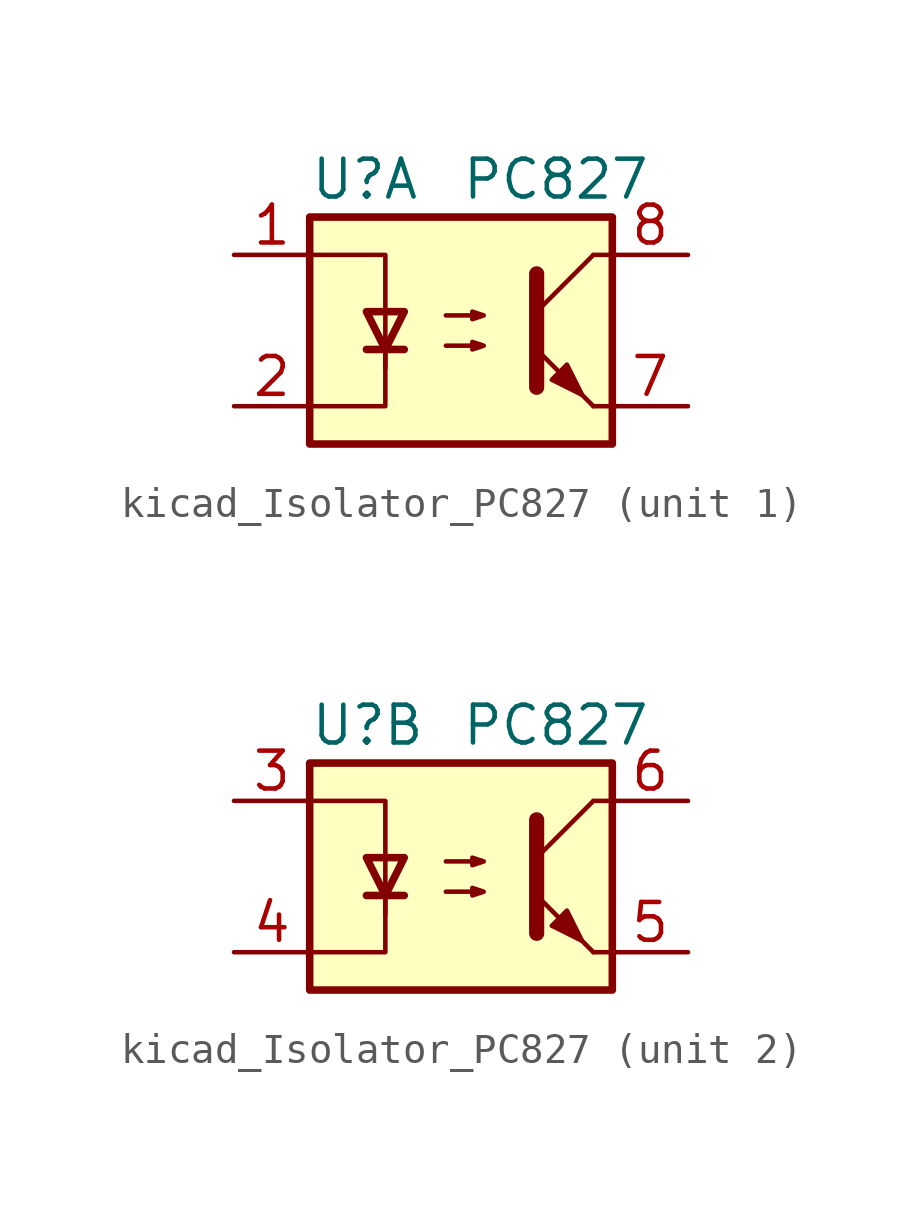
<source format=kicad_sym>
(kicad_symbol_lib
  (version 20220914)
  (generator kicad_symbol_editor)
  (symbol "kicad_Isolator_PC827"
    (pin_names
      (offset 1.016))
    (property "Reference" "U"
      (at -5.08 5.08 0)
      (effects (font (size 1.27 1.27)) (justify left)))
    (property "Value" "PC827"
      (at 0 5.08 0)
      (effects (font (size 1.27 1.27)) (justify left)))
    (symbol "kicad_Isolator_PC827_0_1"
      (rectangle (start -5.08 3.81) (end 5.08 -3.81) (stroke (width 0.254) (type default)) (fill (type background)))
      (polyline (pts (xy -3.175 -0.635) (xy -1.905 -0.635)) (stroke (width 0.254) (type default)) (fill (type none)))
      (polyline (pts (xy 2.54 0.635) (xy 4.445 2.54)) (stroke (width 0) (type default)) (fill (type none)))
      (polyline (pts (xy 4.445 -2.54) (xy 2.54 -0.635)) (stroke (width 0) (type default)) (fill (type outline)))
      (polyline (pts (xy 4.445 -2.54) (xy 5.08 -2.54)) (stroke (width 0) (type default)) (fill (type none)))
      (polyline (pts (xy 4.445 2.54) (xy 5.08 2.54)) (stroke (width 0) (type default)) (fill (type none)))
      (polyline (pts (xy -2.54 -0.635) (xy -2.54 -2.54) (xy -5.08 -2.54)) (stroke (width 0) (type default)) (fill (type none)))
      (polyline (pts (xy 2.54 1.905) (xy 2.54 -1.905) (xy 2.54 -1.905)) (stroke (width 0.508) (type default)) (fill (type none)))
      (polyline (pts (xy -5.08 2.54) (xy -2.54 2.54) (xy -2.54 -1.27) (xy -2.54 0.635)) (stroke (width 0) (type default)) (fill (type none)))
      (polyline (pts (xy -2.54 -0.635) (xy -3.175 0.635) (xy -1.905 0.635) (xy -2.54 -0.635)) (stroke (width 0.254) (type default)) (fill (type none)))
      (polyline (pts (xy -0.508 -0.508) (xy 0.762 -0.508) (xy 0.381 -0.635) (xy 0.381 -0.381) (xy 0.762 -0.508)) (stroke (width 0) (type default)) (fill (type none)))
      (polyline (pts (xy -0.508 0.508) (xy 0.762 0.508) (xy 0.381 0.381) (xy 0.381 0.635) (xy 0.762 0.508)) (stroke (width 0) (type default)) (fill (type none)))
      (polyline (pts (xy 3.048 -1.651) (xy 3.556 -1.143) (xy 4.064 -2.159) (xy 3.048 -1.651) (xy 3.048 -1.651)) (stroke (width 0) (type default)) (fill (type outline))))
    (symbol "kicad_Isolator_PC827_1_1"
      (pin passive line (at -7.62 2.54 0) (length 2.54) (name "~" (effects (font (size 1.27 1.27)))) (number "1" (effects (font (size 1.27 1.27)))))
      (pin passive line (at -7.62 -2.54 0) (length 2.54) (name "~" (effects (font (size 1.27 1.27)))) (number "2" (effects (font (size 1.27 1.27)))))
      (pin passive line (at 7.62 -2.54 180) (length 2.54) (name "~" (effects (font (size 1.27 1.27)))) (number "7" (effects (font (size 1.27 1.27)))))
      (pin passive line (at 7.62 2.54 180) (length 2.54) (name "~" (effects (font (size 1.27 1.27)))) (number "8" (effects (font (size 1.27 1.27))))))
    (symbol "kicad_Isolator_PC827_2_1"
      (pin passive line (at -7.62 2.54 0) (length 2.54) (name "~" (effects (font (size 1.27 1.27)))) (number "3" (effects (font (size 1.27 1.27)))))
      (pin passive line (at -7.62 -2.54 0) (length 2.54) (name "~" (effects (font (size 1.27 1.27)))) (number "4" (effects (font (size 1.27 1.27)))))
      (pin passive line (at 7.62 -2.54 180) (length 2.54) (name "~" (effects (font (size 1.27 1.27)))) (number "5" (effects (font (size 1.27 1.27)))))
      (pin passive line (at 7.62 2.54 180) (length 2.54) (name "~" (effects (font (size 1.27 1.27)))) (number "6" (effects (font (size 1.27 1.27))))))))
</source>
